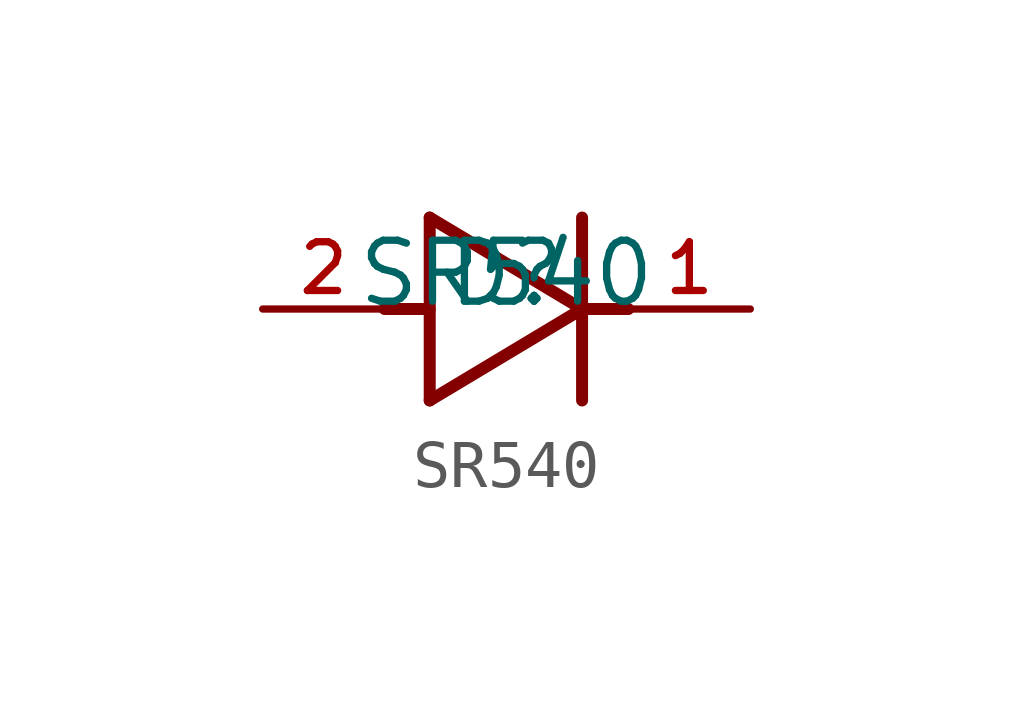
<source format=kicad_sym>
(kicad_symbol_lib
  (version 20211014)
  (generator kicad_symbol_editor)
  (symbol "SR540"
    (pin_names
      (offset 1.016))
    (property "Reference" "D"
      (at 0 0 0)
      (effects (font (size 1.27 1.27)) (justify bottom)))
    (property "Value" "SR540"
      (at 0 0.0 0)
      (effects (font (size 1.27 1.27)) (justify bottom)))
    (symbol "SR540_0_0"
      (polyline (pts (xy -2.54 0.0) (xy -1.6 0.0)) (stroke (width 0.25)))
      (polyline (pts (xy 1.575 0.0) (xy 2.54 0.0)) (stroke (width 0.25)))
      (polyline (pts (xy 1.575 -1.905) (xy 1.575 1.905)) (stroke (width 0.25)))
      (polyline (pts (xy 1.575 0.0) (xy -1.6 1.905)) (stroke (width 0.25)))
      (polyline (pts (xy -1.6 1.905) (xy -1.6 -1.905)) (stroke (width 0.25)))
      (polyline (pts (xy -1.6 -1.905) (xy 1.575 0.0)) (stroke (width 0.25)))
      (pin passive line (at 5.08 0.0 180.0) (length 2.54) (name "~" (effects (font (size 1.016 1.016)))) (number "1" (effects (font (size 1.016 1.016)))))
      (pin passive line (at -5.08 0.0 0) (length 2.54) (name "~" (effects (font (size 1.016 1.016)))) (number "2" (effects (font (size 1.016 1.016))))))))
</source>
